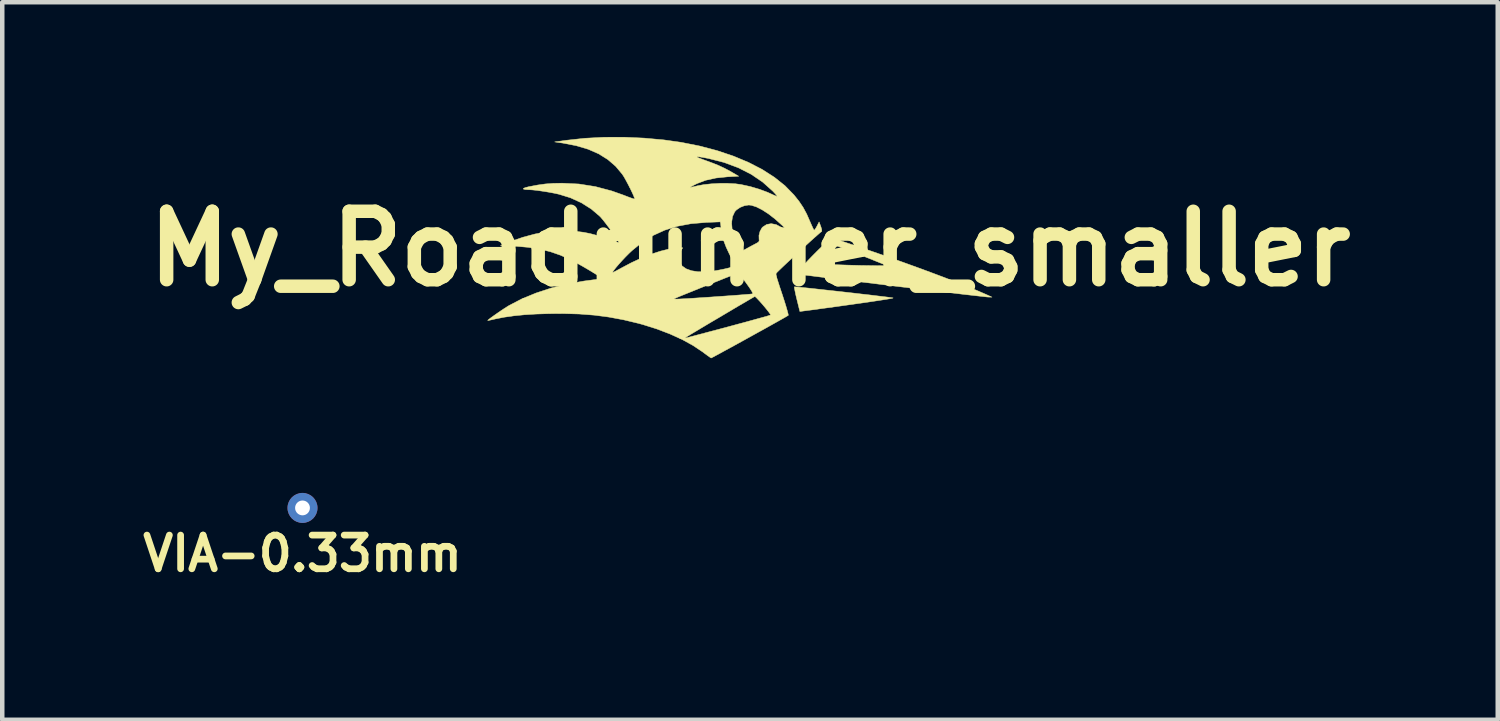
<source format=kicad_pcb>
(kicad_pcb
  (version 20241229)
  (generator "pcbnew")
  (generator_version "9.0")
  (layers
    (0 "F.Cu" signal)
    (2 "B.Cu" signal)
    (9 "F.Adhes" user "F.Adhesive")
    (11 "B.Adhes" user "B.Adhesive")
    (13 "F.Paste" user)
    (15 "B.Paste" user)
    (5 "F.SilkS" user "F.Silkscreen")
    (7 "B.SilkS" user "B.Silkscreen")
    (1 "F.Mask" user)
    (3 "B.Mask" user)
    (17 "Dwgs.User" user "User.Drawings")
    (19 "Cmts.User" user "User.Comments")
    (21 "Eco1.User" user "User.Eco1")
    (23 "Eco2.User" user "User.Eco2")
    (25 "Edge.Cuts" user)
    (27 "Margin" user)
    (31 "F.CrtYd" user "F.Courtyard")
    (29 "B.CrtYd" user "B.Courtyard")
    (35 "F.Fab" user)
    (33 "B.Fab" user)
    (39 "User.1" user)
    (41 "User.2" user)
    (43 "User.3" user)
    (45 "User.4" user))
  (footprint "VIA-0.33mm"
    (layer "F.Cu")
    (at 3.686 8.26)
    (property "Reference" "VIA-0.33mm" (at 0 1.016 0) (layer "F.SilkS") (effects (font (size 0.75 0.75) (thickness 0.15))))
    (attr through_hole)
    (pad "1" thru_hole circle (at 0 0) (size 0.668 0.668) (drill 0.33) (layers "*.Cu")))
  (footprint "My_Roadrunner_smaller"
    (layer "F.Cu")
    (at 13.651 2.489)
    (property "Reference" "My_Roadrunner_smaller" (at 0 0 0) (layer "F.SilkS") (effects (font (size 1.524 1.524) (thickness 0.3))))
    (attr through_hole)
    (fp_poly (pts (xy 1.009 0.849) (xy 1.068 0.853) (xy 1.16 0.862) (xy 1.279 0.874) (xy 1.422 0.889) (xy 1.582 0.907) (xy 1.756 0.926) (xy 1.939 0.946) (xy 2.125 0.967) (xy 2.311 0.988) (xy 2.49 1.009) (xy 2.659 1.028) (xy 2.813 1.047) (xy 2.947 1.063) (xy 3.055 1.076) (xy 3.134 1.087) (xy 3.179 1.094) (xy 3.186 1.095) (xy 3.174 1.101) (xy 3.123 1.111) (xy 3.035 1.126) (xy 2.914 1.145) (xy 2.762 1.168) (xy 2.581 1.195) (xy 2.375 1.224) (xy 2.147 1.256) (xy 1.899 1.291) (xy 1.633 1.327) (xy 1.354 1.365) (xy 1.206 1.384) (xy 1.11 1.397) (xy 1.043 1.127) (xy 1.019 1.027) (xy 1.001 0.941) (xy 0.989 0.88) (xy 0.986 0.85) (xy 0.986 0.848) (xy 1.009 0.849)) (stroke (width 0.01) (type solid)) (fill yes) (layer "F.SilkS"))
    (fp_poly (pts (xy 2.357 -0.063) (xy 2.7 0.053) (xy 3.043 0.172) (xy 3.381 0.292) (xy 3.71 0.411) (xy 4.025 0.527) (xy 4.323 0.639) (xy 4.598 0.745) (xy 4.846 0.844) (xy 5.064 0.934) (xy 5.246 1.013) (xy 5.271 1.024) (xy 5.387 1.077) (xy 5.302 1.076) (xy 5.269 1.073) (xy 5.198 1.065) (xy 5.09 1.053) (xy 4.949 1.037) (xy 4.779 1.018) (xy 4.581 0.994) (xy 4.359 0.968) (xy 4.117 0.939) (xy 3.856 0.908) (xy 3.581 0.875) (xy 3.294 0.84) (xy 3.175 0.826) (xy 2.885 0.79) (xy 2.606 0.756) (xy 2.341 0.724) (xy 2.094 0.694) (xy 1.866 0.666) (xy 1.662 0.641) (xy 1.484 0.619) (xy 1.335 0.6) (xy 1.217 0.586) (xy 1.135 0.576) (xy 1.09 0.57) (xy 1.084 0.569) (xy 1.062 0.563) (xy 1.056 0.55) (xy 1.069 0.524) (xy 1.103 0.478) (xy 1.155 0.413) (xy 1.213 0.346) (xy 1.221 0.337) (xy 1.6 0.337) (xy 1.623 0.34) (xy 1.683 0.345) (xy 1.773 0.349) (xy 1.888 0.354) (xy 2.021 0.359) (xy 2.167 0.364) (xy 2.319 0.368) (xy 2.472 0.372) (xy 2.619 0.374) (xy 2.756 0.376) (xy 2.773 0.376) (xy 3.059 0.379) (xy 2.508 0.158) (xy 2.365 0.1) (xy 2.234 0.049) (xy 2.122 0.006) (xy 2.032 -0.028) (xy 1.97 -0.05) (xy 1.942 -0.058) (xy 1.941 -0.058) (xy 1.919 -0.04) (xy 1.879 0.001) (xy 1.826 0.059) (xy 1.767 0.126) (xy 1.709 0.194) (xy 1.657 0.257) (xy 1.619 0.305) (xy 1.6 0.333) (xy 1.6 0.337) (xy 1.221 0.337) (xy 1.292 0.259) (xy 1.386 0.162) (xy 1.485 0.062) (xy 1.54 0.008) (xy 1.804 -0.249) (xy 2.357 -0.063)) (stroke (width 0.01) (type solid)) (fill yes) (layer "F.SilkS"))
    (fp_poly (pts (xy -2.359 -2.464) (xy -1.919 -2.424) (xy -1.535 -2.37) (xy -1.122 -2.288) (xy -0.732 -2.185) (xy -0.369 -2.063) (xy -0.034 -1.923) (xy 0.271 -1.766) (xy 0.542 -1.592) (xy 0.778 -1.404) (xy 0.975 -1.202) (xy 0.977 -1.2) (xy 1.091 -1.057) (xy 1.183 -0.92) (xy 1.263 -0.771) (xy 1.334 -0.609) (xy 1.37 -0.527) (xy 1.4 -0.461) (xy 1.422 -0.421) (xy 1.429 -0.413) (xy 1.446 -0.43) (xy 1.474 -0.474) (xy 1.491 -0.505) (xy 1.538 -0.597) (xy 1.576 -0.497) (xy 1.596 -0.432) (xy 1.598 -0.391) (xy 1.594 -0.384) (xy 1.563 -0.36) (xy 1.508 -0.312) (xy 1.433 -0.246) (xy 1.342 -0.164) (xy 1.241 -0.072) (xy 1.133 0.026) (xy 1.023 0.127) (xy 0.916 0.227) (xy 0.815 0.321) (xy 0.727 0.404) (xy 0.654 0.474) (xy 0.602 0.525) (xy 0.574 0.554) (xy 0.572 0.558) (xy 0.578 0.585) (xy 0.596 0.646) (xy 0.624 0.734) (xy 0.659 0.844) (xy 0.701 0.969) (xy 0.72 1.026) (xy 0.762 1.156) (xy 0.798 1.271) (xy 0.826 1.368) (xy 0.845 1.438) (xy 0.853 1.478) (xy 0.852 1.483) (xy 0.829 1.497) (xy 0.775 1.529) (xy 0.692 1.576) (xy 0.587 1.635) (xy 0.462 1.705) (xy 0.324 1.782) (xy 0.175 1.864) (xy 0.022 1.949) (xy -0.133 2.035) (xy -0.284 2.118) (xy -0.426 2.196) (xy -0.557 2.267) (xy -0.67 2.329) (xy -0.761 2.378) (xy -0.826 2.413) (xy -0.861 2.431) (xy -0.866 2.433) (xy -0.887 2.42) (xy -0.934 2.387) (xy -1 2.339) (xy -1.058 2.295) (xy -1.266 2.156) (xy -1.509 2.022) (xy -1.584 1.988) (xy -1.44 1.988) (xy -1.438 1.989) (xy -1.417 1.984) (xy -1.358 1.969) (xy -1.267 1.945) (xy -1.147 1.913) (xy -1.003 1.875) (xy -0.838 1.831) (xy -0.657 1.783) (xy -0.492 1.739) (xy -0.3 1.687) (xy -0.121 1.639) (xy 0.042 1.594) (xy 0.183 1.555) (xy 0.3 1.523) (xy 0.387 1.498) (xy 0.441 1.481) (xy 0.458 1.475) (xy 0.45 1.456) (xy 0.419 1.412) (xy 0.373 1.353) (xy 0.316 1.284) (xy 0.256 1.214) (xy 0.198 1.15) (xy 0.15 1.099) (xy 0.117 1.068) (xy 0.106 1.063) (xy 0.082 1.076) (xy 0.027 1.108) (xy -0.055 1.156) (xy -0.159 1.217) (xy -0.281 1.288) (xy -0.415 1.368) (xy -0.557 1.452) (xy -0.702 1.538) (xy -0.847 1.623) (xy -0.985 1.705) (xy -1.112 1.781) (xy -1.224 1.848) (xy -1.316 1.903) (xy -1.383 1.944) (xy -1.421 1.967) (xy -1.428 1.971) (xy -1.44 1.988) (xy -1.584 1.988) (xy -1.782 1.898) (xy -2.078 1.785) (xy -2.39 1.687) (xy -2.486 1.661) (xy -2.816 1.582) (xy -3.139 1.522) (xy -3.464 1.479) (xy -3.803 1.453) (xy -4.164 1.443) (xy -4.471 1.445) (xy -4.764 1.454) (xy -5.023 1.47) (xy -5.255 1.493) (xy -5.467 1.523) (xy -5.667 1.562) (xy -5.72 1.574) (xy -5.785 1.589) (xy -5.829 1.597) (xy -5.842 1.597) (xy -5.826 1.58) (xy -5.781 1.545) (xy -5.716 1.498) (xy -5.638 1.443) (xy -5.555 1.386) (xy -5.474 1.332) (xy -5.402 1.286) (xy -5.366 1.264) (xy -5.083 1.117) (xy -5.075 1.114) (xy -1.692 1.114) (xy -1.69 1.118) (xy -1.674 1.12) (xy -1.638 1.121) (xy -1.58 1.119) (xy -1.498 1.115) (xy -1.387 1.109) (xy -1.244 1.1) (xy -1.067 1.088) (xy -0.852 1.074) (xy -0.762 1.067) (xy -0.582 1.055) (xy -0.415 1.043) (xy -0.266 1.032) (xy -0.139 1.022) (xy -0.04 1.014) (xy 0.028 1.008) (xy 0.058 1.004) (xy 0.059 1.004) (xy 0.058 0.985) (xy 0.036 0.941) (xy -0.003 0.88) (xy -0.053 0.808) (xy -0.108 0.732) (xy -0.164 0.661) (xy -0.214 0.601) (xy -0.254 0.561) (xy -0.277 0.546) (xy -0.278 0.546) (xy -0.304 0.555) (xy -0.363 0.578) (xy -0.45 0.612) (xy -0.56 0.655) (xy -0.686 0.706) (xy -0.824 0.761) (xy -0.967 0.818) (xy -1.112 0.876) (xy -1.252 0.933) (xy -1.381 0.985) (xy -1.495 1.031) (xy -1.588 1.069) (xy -1.654 1.097) (xy -1.688 1.112) (xy -1.692 1.114) (xy -5.075 1.114) (xy -4.768 0.987) (xy -4.427 0.875) (xy -4.067 0.785) (xy -3.697 0.719) (xy -3.53 0.697) (xy -3.437 0.685) (xy -3.363 0.674) (xy -3.315 0.664) (xy -3.302 0.658) (xy -3.319 0.642) (xy -3.367 0.608) (xy -3.439 0.563) (xy -3.494 0.529) (xy -3.059 0.529) (xy -3.058 0.529) (xy -3.034 0.519) (xy -2.983 0.493) (xy -2.911 0.454) (xy -2.856 0.424) (xy -2.638 0.309) (xy -2.418 0.207) (xy -2.202 0.121) (xy -1.996 0.054) (xy -1.808 0.007) (xy -1.644 -0.018) (xy -1.573 -0.021) (xy -1.499 -0.021) (xy -1.543 0.05) (xy -1.576 0.131) (xy -1.587 0.207) (xy -1.568 0.303) (xy -1.512 0.383) (xy -1.423 0.446) (xy -1.304 0.489) (xy -1.157 0.512) (xy -0.987 0.514) (xy -0.892 0.506) (xy -0.793 0.493) (xy -0.687 0.474) (xy -0.582 0.453) (xy -0.487 0.431) (xy -0.409 0.409) (xy -0.357 0.391) (xy -0.339 0.377) (xy -0.348 0.352) (xy -0.372 0.298) (xy -0.409 0.221) (xy -0.453 0.131) (xy -0.456 0.126) (xy -0.53 -0.032) (xy -0.583 -0.17) (xy -0.619 -0.303) (xy -0.642 -0.446) (xy -0.646 -0.474) (xy -0.658 -0.581) (xy -0.41 -0.581) (xy -0.397 -0.42) (xy -0.351 -0.234) (xy -0.273 -0.023) (xy -0.271 -0.018) (xy -0.229 0.081) (xy -0.078 -0.003) (xy 0.004 -0.048) (xy 0.081 -0.089) (xy 0.138 -0.119) (xy 0.144 -0.122) (xy 0.19 -0.15) (xy 0.204 -0.18) (xy 0.201 -0.214) (xy 0.199 -0.297) (xy 0.222 -0.386) (xy 0.264 -0.463) (xy 0.282 -0.483) (xy 0.371 -0.541) (xy 0.472 -0.559) (xy 0.582 -0.538) (xy 0.698 -0.477) (xy 0.729 -0.455) (xy 0.789 -0.412) (xy 0.818 -0.398) (xy 0.818 -0.41) (xy 0.788 -0.447) (xy 0.729 -0.508) (xy 0.714 -0.522) (xy 0.563 -0.658) (xy 0.414 -0.774) (xy 0.272 -0.866) (xy 0.142 -0.932) (xy 0.029 -0.968) (xy -0.03 -0.974) (xy -0.124 -0.959) (xy -0.22 -0.921) (xy -0.301 -0.866) (xy -0.338 -0.827) (xy -0.39 -0.717) (xy -0.41 -0.581) (xy -0.658 -0.581) (xy -0.66 -0.599) (xy -0.981 -0.586) (xy -1.314 -0.558) (xy -1.619 -0.501) (xy -1.899 -0.414) (xy -2.158 -0.296) (xy -2.4 -0.145) (xy -2.629 0.042) (xy -2.693 0.102) (xy -2.77 0.179) (xy -2.846 0.26) (xy -2.918 0.34) (xy -2.98 0.412) (xy -3.027 0.471) (xy -3.055 0.512) (xy -3.059 0.529) (xy -3.494 0.529) (xy -3.529 0.508) (xy -3.629 0.448) (xy -3.734 0.387) (xy -3.837 0.33) (xy -3.931 0.278) (xy -3.998 0.244) (xy -4.22 0.144) (xy -4.445 0.066) (xy -4.682 0.008) (xy -4.94 -0.032) (xy -5.227 -0.057) (xy -5.271 -0.059) (xy -5.556 -0.074) (xy -5.35 -0.154) (xy -5.058 -0.256) (xy -4.786 -0.329) (xy -4.524 -0.376) (xy -4.263 -0.397) (xy -4.022 -0.395) (xy -3.855 -0.385) (xy -3.704 -0.366) (xy -3.558 -0.337) (xy -3.404 -0.296) (xy -3.229 -0.238) (xy -3.159 -0.214) (xy -3.067 -0.182) (xy -2.992 -0.157) (xy -2.94 -0.142) (xy -2.921 -0.139) (xy -2.921 -0.139) (xy -2.933 -0.167) (xy -2.967 -0.222) (xy -3.016 -0.295) (xy -3.076 -0.38) (xy -3.142 -0.47) (xy -3.208 -0.558) (xy -3.269 -0.636) (xy -3.32 -0.697) (xy -3.345 -0.723) (xy -3.534 -0.884) (xy -3.754 -1.023) (xy -3.999 -1.135) (xy -4.255 -1.214) (xy -4.36 -1.237) (xy -4.484 -1.26) (xy -4.615 -1.281) (xy -4.74 -1.299) (xy -4.847 -1.31) (xy -4.911 -1.314) (xy -4.998 -1.318) (xy -5.044 -1.328) (xy -5.048 -1.342) (xy -5.009 -1.36) (xy -4.929 -1.381) (xy -4.919 -1.383) (xy -4.729 -1.419) (xy -4.557 -1.443) (xy -4.384 -1.456) (xy -4.19 -1.46) (xy -4.183 -1.46) (xy -3.811 -1.442) (xy -3.444 -1.384) (xy -3.078 -1.287) (xy -2.827 -1.198) (xy -2.732 -1.161) (xy -2.653 -1.132) (xy -2.596 -1.113) (xy -2.57 -1.106) (xy -2.57 -1.106) (xy -2.573 -1.13) (xy -2.593 -1.182) (xy -2.626 -1.255) (xy -2.667 -1.341) (xy -2.681 -1.368) (xy -1.333 -1.368) (xy -1.315 -1.369) (xy -1.264 -1.379) (xy -1.193 -1.396) (xy -1.169 -1.402) (xy -1.029 -1.428) (xy -0.86 -1.446) (xy -0.678 -1.456) (xy -0.495 -1.456) (xy -0.327 -1.447) (xy -0.201 -1.43) (xy 0.005 -1.385) (xy 0.208 -1.325) (xy 0.391 -1.257) (xy 0.455 -1.228) (xy 0.523 -1.197) (xy 0.576 -1.175) (xy 0.603 -1.166) (xy 0.599 -1.179) (xy 0.57 -1.215) (xy 0.523 -1.266) (xy 0.507 -1.283) (xy 0.282 -1.484) (xy 0.026 -1.658) (xy -0.261 -1.804) (xy -0.576 -1.921) (xy -0.919 -2.009) (xy -0.924 -2.01) (xy -1.049 -2.034) (xy -1.133 -2.047) (xy -1.177 -2.05) (xy -1.18 -2.042) (xy -1.143 -2.023) (xy -1.066 -1.993) (xy -1.005 -1.971) (xy -0.839 -1.91) (xy -0.701 -1.855) (xy -0.579 -1.798) (xy -0.46 -1.736) (xy -0.396 -1.699) (xy -0.252 -1.615) (xy -0.502 -1.602) (xy -0.761 -1.575) (xy -0.987 -1.525) (xy -1.182 -1.451) (xy -1.204 -1.44) (xy -1.269 -1.407) (xy -1.315 -1.381) (xy -1.333 -1.368) (xy -1.333 -1.368) (xy -2.681 -1.368) (xy -2.714 -1.432) (xy -2.761 -1.52) (xy -2.804 -1.597) (xy -2.841 -1.654) (xy -2.843 -1.658) (xy -2.992 -1.836) (xy -3.167 -1.987) (xy -3.371 -2.114) (xy -3.604 -2.216) (xy -3.87 -2.295) (xy -4.17 -2.353) (xy -4.35 -2.379) (xy -4.085 -2.416) (xy -3.681 -2.46) (xy -3.251 -2.483) (xy -2.806 -2.484) (xy -2.359 -2.464)) (stroke (width 0.01) (type solid)) (fill yes) (layer "F.SilkS")))
  (gr_rect
    (start -3 -3)
    (end 30.301 12.978)
    (stroke (width 0.1) (type default))
    (fill no)
    (layer "Edge.Cuts")))
</source>
